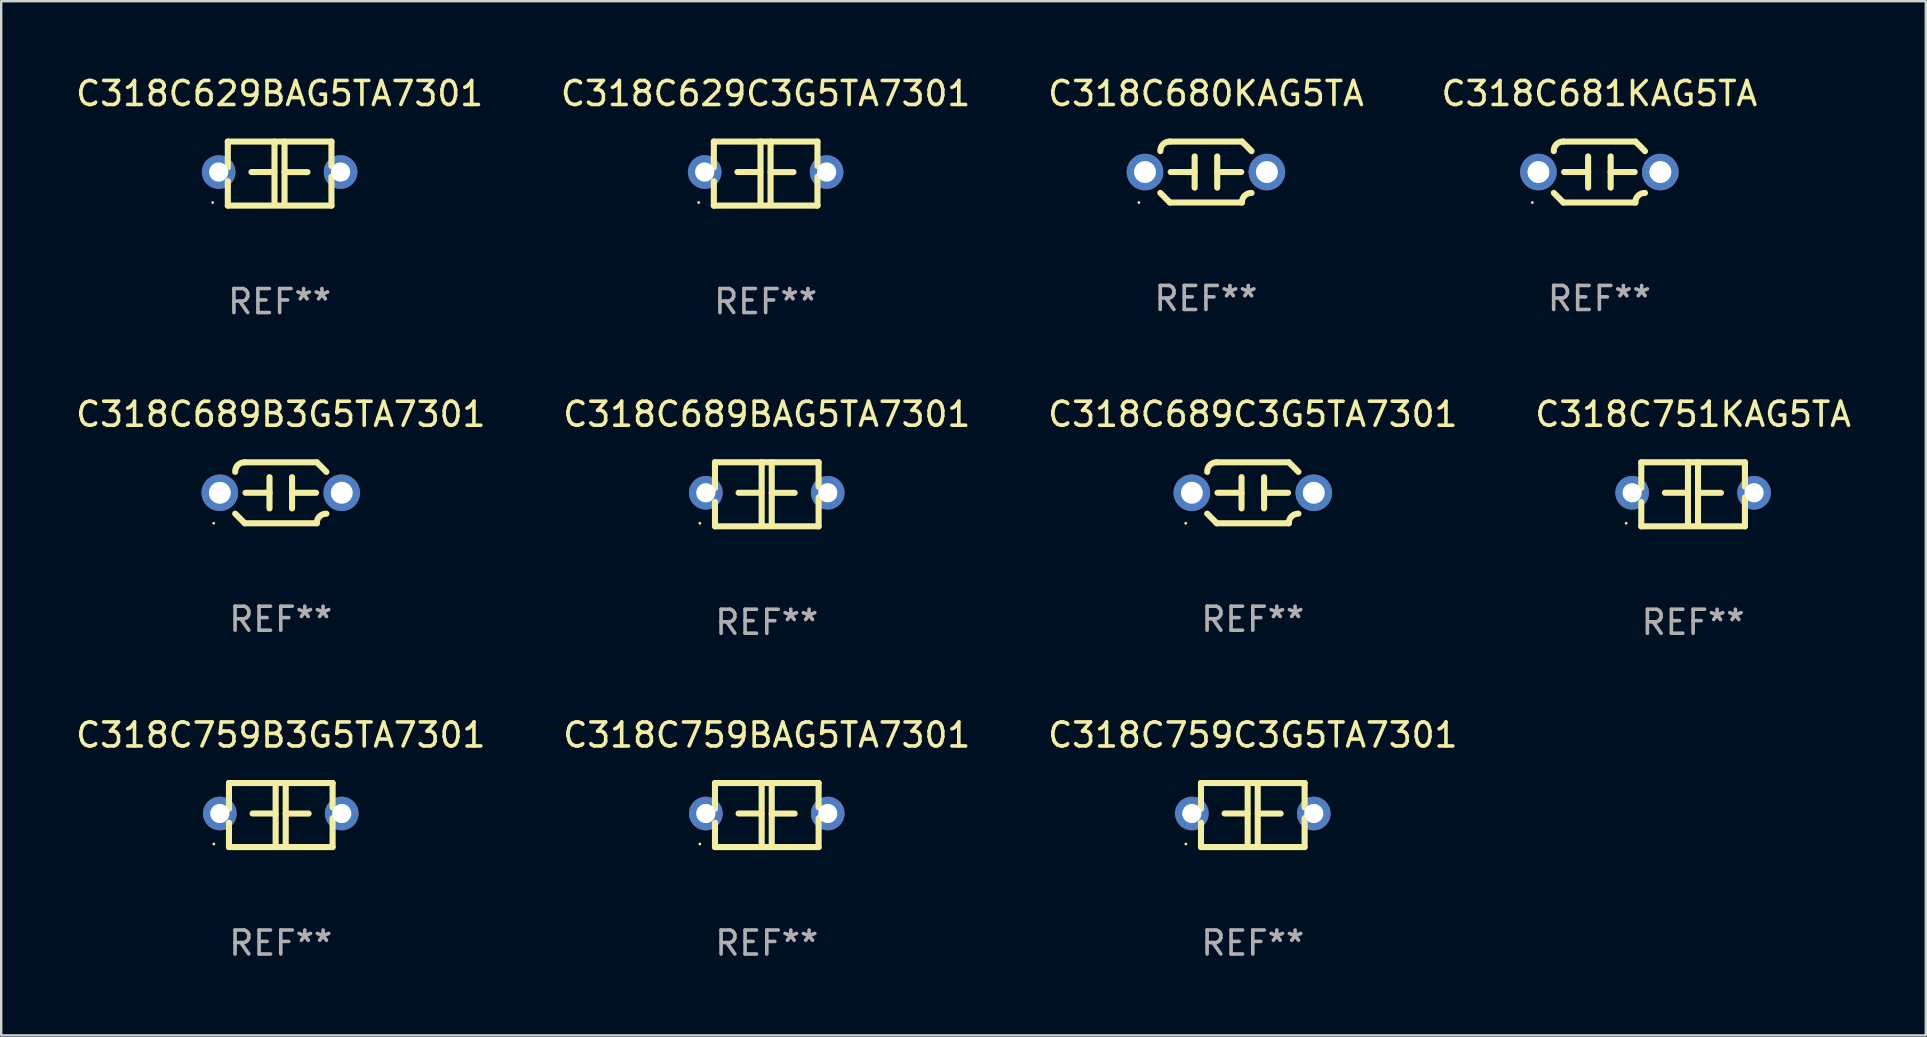
<source format=kicad_pcb>
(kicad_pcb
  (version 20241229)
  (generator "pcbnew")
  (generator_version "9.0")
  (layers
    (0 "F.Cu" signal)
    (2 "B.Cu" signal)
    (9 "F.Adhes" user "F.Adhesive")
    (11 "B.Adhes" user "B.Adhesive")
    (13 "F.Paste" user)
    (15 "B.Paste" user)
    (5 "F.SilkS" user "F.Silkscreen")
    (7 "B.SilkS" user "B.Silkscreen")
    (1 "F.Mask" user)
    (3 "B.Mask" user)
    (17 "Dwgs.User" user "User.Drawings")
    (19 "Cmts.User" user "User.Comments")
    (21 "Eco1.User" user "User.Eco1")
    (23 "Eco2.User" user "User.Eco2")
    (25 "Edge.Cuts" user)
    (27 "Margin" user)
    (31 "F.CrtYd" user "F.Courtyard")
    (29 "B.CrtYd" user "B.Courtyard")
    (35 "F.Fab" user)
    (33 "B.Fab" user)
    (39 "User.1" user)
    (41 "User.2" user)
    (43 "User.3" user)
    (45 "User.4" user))
  (footprint "C318C751KAG5TA"
    (layer "F.Cu")
    (at 67.494 17.545)
    (property "Reference" "C318C751KAG5TA" (at 0 -3.334 0) (layer "F.SilkS") (effects (font (size 1 1) (thickness 0.15))))
    (attr through_hole)
    (fp_line (start -2.159 -1.334) (end 2.159 -1.334) (stroke (width 0.254) (type solid)) (layer "F.SilkS"))
    (fp_line (start -2.159 -0.256) (end -2.159 -1.334) (stroke (width 0.254) (type solid)) (layer "F.SilkS"))
    (fp_line (start -2.159 1.334) (end -2.159 0.318) (stroke (width 0.254) (type solid)) (layer "F.SilkS"))
    (fp_line (start -0.22 -0.064) (end -1.175 -0.064) (stroke (width 0.254) (type solid)) (layer "F.SilkS"))
    (fp_line (start -0.214 -1.334) (end -0.214 1.207) (stroke (width 0.254) (type solid)) (layer "F.SilkS"))
    (fp_line (start 0.205 -1.334) (end 0.205 1.207) (stroke (width 0.254) (type solid)) (layer "F.SilkS"))
    (fp_line (start 0.205 -0.061) (end 1.16 -0.061) (stroke (width 0.254) (type solid)) (layer "F.SilkS"))
    (fp_line (start 2.159 -1.334) (end 2.159 -0.318) (stroke (width 0.254) (type solid)) (layer "F.SilkS"))
    (fp_line (start 2.159 0.129) (end 2.159 1.334) (stroke (width 0.254) (type solid)) (layer "F.SilkS"))
    (fp_line (start 2.159 1.334) (end -2.159 1.334) (stroke (width 0.254) (type solid)) (layer "F.SilkS"))
    (fp_circle (center -2.79 1.207) (end -2.76 1.207) (stroke (width 0.06) (type solid)) (fill no) (layer "F.SilkS"))
    (fp_text user "REF**" (at 0 5.334 0) (layer "F.Fab") (effects (font (size 1 1) (thickness 0.15))))
    (pad "1" thru_hole circle (at -2.54 -0.064) (size 1.4 1.4) (drill 0.8) (layers "*.Cu" "*.Mask"))
    (pad "2" thru_hole circle (at 2.54 -0.064) (size 1.4 1.4) (drill 0.8) (layers "*.Cu" "*.Mask")))
  (footprint "C318C689BAG5TA7301"
    (layer "F.Cu")
    (at 28.899 17.545)
    (property "Reference" "C318C689BAG5TA7301" (at 0 -3.334 0) (layer "F.SilkS") (effects (font (size 1 1) (thickness 0.15))))
    (attr through_hole)
    (fp_line (start -2.159 -1.334) (end 2.159 -1.334) (stroke (width 0.254) (type solid)) (layer "F.SilkS"))
    (fp_line (start -2.159 -0.256) (end -2.159 -1.334) (stroke (width 0.254) (type solid)) (layer "F.SilkS"))
    (fp_line (start -2.159 1.334) (end -2.159 0.318) (stroke (width 0.254) (type solid)) (layer "F.SilkS"))
    (fp_line (start -0.22 -0.064) (end -1.175 -0.064) (stroke (width 0.254) (type solid)) (layer "F.SilkS"))
    (fp_line (start -0.214 -1.334) (end -0.214 1.207) (stroke (width 0.254) (type solid)) (layer "F.SilkS"))
    (fp_line (start 0.205 -1.334) (end 0.205 1.207) (stroke (width 0.254) (type solid)) (layer "F.SilkS"))
    (fp_line (start 0.205 -0.061) (end 1.16 -0.061) (stroke (width 0.254) (type solid)) (layer "F.SilkS"))
    (fp_line (start 2.159 -1.334) (end 2.159 -0.318) (stroke (width 0.254) (type solid)) (layer "F.SilkS"))
    (fp_line (start 2.159 0.129) (end 2.159 1.334) (stroke (width 0.254) (type solid)) (layer "F.SilkS"))
    (fp_line (start 2.159 1.334) (end -2.159 1.334) (stroke (width 0.254) (type solid)) (layer "F.SilkS"))
    (fp_circle (center -2.79 1.207) (end -2.76 1.207) (stroke (width 0.06) (type solid)) (fill no) (layer "F.SilkS"))
    (fp_text user "REF**" (at 0 5.334 0) (layer "F.Fab") (effects (font (size 1 1) (thickness 0.15))))
    (pad "1" thru_hole circle (at -2.54 -0.064) (size 1.4 1.4) (drill 0.8) (layers "*.Cu" "*.Mask"))
    (pad "2" thru_hole circle (at 2.54 -0.064) (size 1.4 1.4) (drill 0.8) (layers "*.Cu" "*.Mask")))
  (footprint "C318C629BAG5TA7301"
    (layer "F.Cu")
    (at 8.601 4.182)
    (property "Reference" "C318C629BAG5TA7301" (at 0 -3.334 0) (layer "F.SilkS") (effects (font (size 1 1) (thickness 0.15))))
    (attr through_hole)
    (fp_line (start -2.159 -1.334) (end 2.159 -1.334) (stroke (width 0.254) (type solid)) (layer "F.SilkS"))
    (fp_line (start -2.159 -0.256) (end -2.159 -1.334) (stroke (width 0.254) (type solid)) (layer "F.SilkS"))
    (fp_line (start -2.159 1.334) (end -2.159 0.318) (stroke (width 0.254) (type solid)) (layer "F.SilkS"))
    (fp_line (start -0.22 -0.064) (end -1.175 -0.064) (stroke (width 0.254) (type solid)) (layer "F.SilkS"))
    (fp_line (start -0.214 -1.334) (end -0.214 1.207) (stroke (width 0.254) (type solid)) (layer "F.SilkS"))
    (fp_line (start 0.205 -1.334) (end 0.205 1.207) (stroke (width 0.254) (type solid)) (layer "F.SilkS"))
    (fp_line (start 0.205 -0.061) (end 1.16 -0.061) (stroke (width 0.254) (type solid)) (layer "F.SilkS"))
    (fp_line (start 2.159 -1.334) (end 2.159 -0.318) (stroke (width 0.254) (type solid)) (layer "F.SilkS"))
    (fp_line (start 2.159 0.129) (end 2.159 1.334) (stroke (width 0.254) (type solid)) (layer "F.SilkS"))
    (fp_line (start 2.159 1.334) (end -2.159 1.334) (stroke (width 0.254) (type solid)) (layer "F.SilkS"))
    (fp_circle (center -2.79 1.207) (end -2.76 1.207) (stroke (width 0.06) (type solid)) (fill no) (layer "F.SilkS"))
    (fp_text user "REF**" (at 0 5.334 0) (layer "F.Fab") (effects (font (size 1 1) (thickness 0.15))))
    (pad "1" thru_hole circle (at -2.54 -0.064) (size 1.4 1.4) (drill 0.8) (layers "*.Cu" "*.Mask"))
    (pad "2" thru_hole circle (at 2.54 -0.064) (size 1.4 1.4) (drill 0.8) (layers "*.Cu" "*.Mask")))
  (footprint "C318C629C3G5TA7301"
    (layer "F.Cu")
    (at 28.851 4.182)
    (property "Reference" "C318C629C3G5TA7301" (at 0 -3.334 0) (layer "F.SilkS") (effects (font (size 1 1) (thickness 0.15))))
    (attr through_hole)
    (fp_line (start -2.159 -1.334) (end 2.159 -1.334) (stroke (width 0.254) (type solid)) (layer "F.SilkS"))
    (fp_line (start -2.159 -0.256) (end -2.159 -1.334) (stroke (width 0.254) (type solid)) (layer "F.SilkS"))
    (fp_line (start -2.159 1.334) (end -2.159 0.318) (stroke (width 0.254) (type solid)) (layer "F.SilkS"))
    (fp_line (start -0.22 -0.064) (end -1.175 -0.064) (stroke (width 0.254) (type solid)) (layer "F.SilkS"))
    (fp_line (start -0.214 -1.334) (end -0.214 1.207) (stroke (width 0.254) (type solid)) (layer "F.SilkS"))
    (fp_line (start 0.205 -1.334) (end 0.205 1.207) (stroke (width 0.254) (type solid)) (layer "F.SilkS"))
    (fp_line (start 0.205 -0.061) (end 1.16 -0.061) (stroke (width 0.254) (type solid)) (layer "F.SilkS"))
    (fp_line (start 2.159 -1.334) (end 2.159 -0.318) (stroke (width 0.254) (type solid)) (layer "F.SilkS"))
    (fp_line (start 2.159 0.129) (end 2.159 1.334) (stroke (width 0.254) (type solid)) (layer "F.SilkS"))
    (fp_line (start 2.159 1.334) (end -2.159 1.334) (stroke (width 0.254) (type solid)) (layer "F.SilkS"))
    (fp_circle (center -2.79 1.207) (end -2.76 1.207) (stroke (width 0.06) (type solid)) (fill no) (layer "F.SilkS"))
    (fp_text user "REF**" (at 0 5.334 0) (layer "F.Fab") (effects (font (size 1 1) (thickness 0.15))))
    (pad "1" thru_hole circle (at -2.54 -0.064) (size 1.4 1.4) (drill 0.8) (layers "*.Cu" "*.Mask"))
    (pad "2" thru_hole circle (at 2.54 -0.064) (size 1.4 1.4) (drill 0.8) (layers "*.Cu" "*.Mask")))
  (footprint "C318C689B3G5TA7301"
    (layer "F.Cu")
    (at 8.649 17.482)
    (property "Reference" "C318C689B3G5TA7301" (at 0 -3.27 0) (layer "F.SilkS") (effects (font (size 1 1) (thickness 0.15))))
    (attr through_hole)
    (fp_line (start -1.5 -1.27) (end 1.5 -1.27) (stroke (width 0.254) (type solid)) (layer "F.SilkS"))
    (fp_line (start -0.47 -0.65) (end -0.47 0.65) (stroke (width 0.254) (type solid)) (layer "F.SilkS"))
    (fp_line (start -0.47 -0.000381) (end -1.47 -0.000381) (stroke (width 0.254) (type solid)) (layer "F.SilkS"))
    (fp_line (start 0.47 0.000356) (end 1.47 0.000356) (stroke (width 0.254) (type solid)) (layer "F.SilkS"))
    (fp_line (start 0.47 0.65) (end 0.47 -0.65) (stroke (width 0.254) (type solid)) (layer "F.SilkS"))
    (fp_line (start 1.5 1.27) (end -1.5 1.27) (stroke (width 0.254) (type solid)) (layer "F.SilkS"))
    (fp_arc (start -1.899924 -0.871221) (mid -1.78599 -1.156887) (end -1.5 -1.270003) (stroke (width 0.254001) (type solid)) (layer "F.SilkS"))
    (fp_arc (start -1.501217 1.269929) (mid -1.700682 1.070039) (end -1.9 0.870003) (stroke (width 0.254001) (type solid)) (layer "F.SilkS"))
    (fp_arc (start 1.5 1.270003) (mid 1.614112 0.984517) (end 1.899923 0.871222) (stroke (width 0.254001) (type solid)) (layer "F.SilkS"))
    (fp_arc (start 1.501219 -1.269927) (mid 1.70319 -1.072538) (end 1.9 -0.870003) (stroke (width 0.254001) (type solid)) (layer "F.SilkS"))
    (fp_circle (center -2.795 1.27) (end -2.765 1.27) (stroke (width 0.06) (type solid)) (fill no) (layer "F.SilkS"))
    (fp_text user "REF**" (at 0 5.27 0) (layer "F.Fab") (effects (font (size 1 1) (thickness 0.15))))
    (pad "1" thru_hole circle (at -2.54 0) (size 1.524 1.524) (drill 0.914) (layers "*.Cu" "*.Mask"))
    (pad "2" thru_hole circle (at 2.54 0) (size 1.524 1.524) (drill 0.914) (layers "*.Cu" "*.Mask")))
  (footprint "C318C680KAG5TA"
    (layer "F.Cu")
    (at 47.196 4.118)
    (property "Reference" "C318C680KAG5TA" (at 0 -3.27 0) (layer "F.SilkS") (effects (font (size 1 1) (thickness 0.15))))
    (attr through_hole)
    (fp_line (start -1.5 -1.27) (end 1.5 -1.27) (stroke (width 0.254) (type solid)) (layer "F.SilkS"))
    (fp_line (start -0.47 -0.65) (end -0.47 0.65) (stroke (width 0.254) (type solid)) (layer "F.SilkS"))
    (fp_line (start -0.47 -0.000381) (end -1.47 -0.000381) (stroke (width 0.254) (type solid)) (layer "F.SilkS"))
    (fp_line (start 0.47 0.000356) (end 1.47 0.000356) (stroke (width 0.254) (type solid)) (layer "F.SilkS"))
    (fp_line (start 0.47 0.65) (end 0.47 -0.65) (stroke (width 0.254) (type solid)) (layer "F.SilkS"))
    (fp_line (start 1.5 1.27) (end -1.5 1.27) (stroke (width 0.254) (type solid)) (layer "F.SilkS"))
    (fp_arc (start -1.899924 -0.871221) (mid -1.78599 -1.156887) (end -1.5 -1.270003) (stroke (width 0.254001) (type solid)) (layer "F.SilkS"))
    (fp_arc (start -1.501217 1.269929) (mid -1.700682 1.070039) (end -1.9 0.870003) (stroke (width 0.254001) (type solid)) (layer "F.SilkS"))
    (fp_arc (start 1.5 1.270003) (mid 1.614112 0.984517) (end 1.899923 0.871222) (stroke (width 0.254001) (type solid)) (layer "F.SilkS"))
    (fp_arc (start 1.501219 -1.269927) (mid 1.70319 -1.072538) (end 1.9 -0.870003) (stroke (width 0.254001) (type solid)) (layer "F.SilkS"))
    (fp_circle (center -2.795 1.27) (end -2.765 1.27) (stroke (width 0.06) (type solid)) (fill no) (layer "F.SilkS"))
    (fp_text user "REF**" (at 0 5.27 0) (layer "F.Fab") (effects (font (size 1 1) (thickness 0.15))))
    (pad "1" thru_hole circle (at -2.54 0) (size 1.524 1.524) (drill 0.914) (layers "*.Cu" "*.Mask"))
    (pad "2" thru_hole circle (at 2.54 0) (size 1.524 1.524) (drill 0.914) (layers "*.Cu" "*.Mask")))
  (footprint "C318C759C3G5TA7301"
    (layer "F.Cu")
    (at 49.149 30.909)
    (property "Reference" "C318C759C3G5TA7301" (at 0 -3.334 0) (layer "F.SilkS") (effects (font (size 1 1) (thickness 0.15))))
    (attr through_hole)
    (fp_line (start -2.159 -1.334) (end 2.159 -1.334) (stroke (width 0.254) (type solid)) (layer "F.SilkS"))
    (fp_line (start -2.159 -0.256) (end -2.159 -1.334) (stroke (width 0.254) (type solid)) (layer "F.SilkS"))
    (fp_line (start -2.159 1.334) (end -2.159 0.318) (stroke (width 0.254) (type solid)) (layer "F.SilkS"))
    (fp_line (start -0.22 -0.064) (end -1.175 -0.064) (stroke (width 0.254) (type solid)) (layer "F.SilkS"))
    (fp_line (start -0.214 -1.334) (end -0.214 1.207) (stroke (width 0.254) (type solid)) (layer "F.SilkS"))
    (fp_line (start 0.205 -1.334) (end 0.205 1.207) (stroke (width 0.254) (type solid)) (layer "F.SilkS"))
    (fp_line (start 0.205 -0.061) (end 1.16 -0.061) (stroke (width 0.254) (type solid)) (layer "F.SilkS"))
    (fp_line (start 2.159 -1.334) (end 2.159 -0.318) (stroke (width 0.254) (type solid)) (layer "F.SilkS"))
    (fp_line (start 2.159 0.129) (end 2.159 1.334) (stroke (width 0.254) (type solid)) (layer "F.SilkS"))
    (fp_line (start 2.159 1.334) (end -2.159 1.334) (stroke (width 0.254) (type solid)) (layer "F.SilkS"))
    (fp_circle (center -2.79 1.207) (end -2.76 1.207) (stroke (width 0.06) (type solid)) (fill no) (layer "F.SilkS"))
    (fp_text user "REF**" (at 0 5.334 0) (layer "F.Fab") (effects (font (size 1 1) (thickness 0.15))))
    (pad "1" thru_hole circle (at -2.54 -0.064) (size 1.4 1.4) (drill 0.8) (layers "*.Cu" "*.Mask"))
    (pad "2" thru_hole circle (at 2.54 -0.064) (size 1.4 1.4) (drill 0.8) (layers "*.Cu" "*.Mask")))
  (footprint "C318C681KAG5TA"
    (layer "F.Cu")
    (at 63.589 4.118)
    (property "Reference" "C318C681KAG5TA" (at 0 -3.27 0) (layer "F.SilkS") (effects (font (size 1 1) (thickness 0.15))))
    (attr through_hole)
    (fp_line (start -1.5 -1.27) (end 1.5 -1.27) (stroke (width 0.254) (type solid)) (layer "F.SilkS"))
    (fp_line (start -0.47 -0.65) (end -0.47 0.65) (stroke (width 0.254) (type solid)) (layer "F.SilkS"))
    (fp_line (start -0.47 -0.000381) (end -1.47 -0.000381) (stroke (width 0.254) (type solid)) (layer "F.SilkS"))
    (fp_line (start 0.47 0.000356) (end 1.47 0.000356) (stroke (width 0.254) (type solid)) (layer "F.SilkS"))
    (fp_line (start 0.47 0.65) (end 0.47 -0.65) (stroke (width 0.254) (type solid)) (layer "F.SilkS"))
    (fp_line (start 1.5 1.27) (end -1.5 1.27) (stroke (width 0.254) (type solid)) (layer "F.SilkS"))
    (fp_arc (start -1.899924 -0.871221) (mid -1.78599 -1.156887) (end -1.5 -1.270003) (stroke (width 0.254001) (type solid)) (layer "F.SilkS"))
    (fp_arc (start -1.501217 1.269929) (mid -1.700682 1.070039) (end -1.9 0.870003) (stroke (width 0.254001) (type solid)) (layer "F.SilkS"))
    (fp_arc (start 1.5 1.270003) (mid 1.614112 0.984517) (end 1.899923 0.871222) (stroke (width 0.254001) (type solid)) (layer "F.SilkS"))
    (fp_arc (start 1.501219 -1.269927) (mid 1.70319 -1.072538) (end 1.9 -0.870003) (stroke (width 0.254001) (type solid)) (layer "F.SilkS"))
    (fp_circle (center -2.795 1.27) (end -2.765 1.27) (stroke (width 0.06) (type solid)) (fill no) (layer "F.SilkS"))
    (fp_text user "REF**" (at 0 5.27 0) (layer "F.Fab") (effects (font (size 1 1) (thickness 0.15))))
    (pad "1" thru_hole circle (at -2.54 0) (size 1.524 1.524) (drill 0.914) (layers "*.Cu" "*.Mask"))
    (pad "2" thru_hole circle (at 2.54 0) (size 1.524 1.524) (drill 0.914) (layers "*.Cu" "*.Mask")))
  (footprint "C318C759BAG5TA7301"
    (layer "F.Cu")
    (at 28.899 30.909)
    (property "Reference" "C318C759BAG5TA7301" (at 0 -3.334 0) (layer "F.SilkS") (effects (font (size 1 1) (thickness 0.15))))
    (attr through_hole)
    (fp_line (start -2.159 -1.334) (end 2.159 -1.334) (stroke (width 0.254) (type solid)) (layer "F.SilkS"))
    (fp_line (start -2.159 -0.256) (end -2.159 -1.334) (stroke (width 0.254) (type solid)) (layer "F.SilkS"))
    (fp_line (start -2.159 1.334) (end -2.159 0.318) (stroke (width 0.254) (type solid)) (layer "F.SilkS"))
    (fp_line (start -0.22 -0.064) (end -1.175 -0.064) (stroke (width 0.254) (type solid)) (layer "F.SilkS"))
    (fp_line (start -0.214 -1.334) (end -0.214 1.207) (stroke (width 0.254) (type solid)) (layer "F.SilkS"))
    (fp_line (start 0.205 -1.334) (end 0.205 1.207) (stroke (width 0.254) (type solid)) (layer "F.SilkS"))
    (fp_line (start 0.205 -0.061) (end 1.16 -0.061) (stroke (width 0.254) (type solid)) (layer "F.SilkS"))
    (fp_line (start 2.159 -1.334) (end 2.159 -0.318) (stroke (width 0.254) (type solid)) (layer "F.SilkS"))
    (fp_line (start 2.159 0.129) (end 2.159 1.334) (stroke (width 0.254) (type solid)) (layer "F.SilkS"))
    (fp_line (start 2.159 1.334) (end -2.159 1.334) (stroke (width 0.254) (type solid)) (layer "F.SilkS"))
    (fp_circle (center -2.79 1.207) (end -2.76 1.207) (stroke (width 0.06) (type solid)) (fill no) (layer "F.SilkS"))
    (fp_text user "REF**" (at 0 5.334 0) (layer "F.Fab") (effects (font (size 1 1) (thickness 0.15))))
    (pad "1" thru_hole circle (at -2.54 -0.064) (size 1.4 1.4) (drill 0.8) (layers "*.Cu" "*.Mask"))
    (pad "2" thru_hole circle (at 2.54 -0.064) (size 1.4 1.4) (drill 0.8) (layers "*.Cu" "*.Mask")))
  (footprint "C318C759B3G5TA7301"
    (layer "F.Cu")
    (at 8.649 30.909)
    (property "Reference" "C318C759B3G5TA7301" (at 0 -3.334 0) (layer "F.SilkS") (effects (font (size 1 1) (thickness 0.15))))
    (attr through_hole)
    (fp_line (start -2.159 -1.334) (end 2.159 -1.334) (stroke (width 0.254) (type solid)) (layer "F.SilkS"))
    (fp_line (start -2.159 -0.256) (end -2.159 -1.334) (stroke (width 0.254) (type solid)) (layer "F.SilkS"))
    (fp_line (start -2.159 1.334) (end -2.159 0.318) (stroke (width 0.254) (type solid)) (layer "F.SilkS"))
    (fp_line (start -0.22 -0.064) (end -1.175 -0.064) (stroke (width 0.254) (type solid)) (layer "F.SilkS"))
    (fp_line (start -0.214 -1.334) (end -0.214 1.207) (stroke (width 0.254) (type solid)) (layer "F.SilkS"))
    (fp_line (start 0.205 -1.334) (end 0.205 1.207) (stroke (width 0.254) (type solid)) (layer "F.SilkS"))
    (fp_line (start 0.205 -0.061) (end 1.16 -0.061) (stroke (width 0.254) (type solid)) (layer "F.SilkS"))
    (fp_line (start 2.159 -1.334) (end 2.159 -0.318) (stroke (width 0.254) (type solid)) (layer "F.SilkS"))
    (fp_line (start 2.159 0.129) (end 2.159 1.334) (stroke (width 0.254) (type solid)) (layer "F.SilkS"))
    (fp_line (start 2.159 1.334) (end -2.159 1.334) (stroke (width 0.254) (type solid)) (layer "F.SilkS"))
    (fp_circle (center -2.79 1.207) (end -2.76 1.207) (stroke (width 0.06) (type solid)) (fill no) (layer "F.SilkS"))
    (fp_text user "REF**" (at 0 5.334 0) (layer "F.Fab") (effects (font (size 1 1) (thickness 0.15))))
    (pad "1" thru_hole circle (at -2.54 -0.064) (size 1.4 1.4) (drill 0.8) (layers "*.Cu" "*.Mask"))
    (pad "2" thru_hole circle (at 2.54 -0.064) (size 1.4 1.4) (drill 0.8) (layers "*.Cu" "*.Mask")))
  (footprint "C318C689C3G5TA7301"
    (layer "F.Cu")
    (at 49.149 17.482)
    (property "Reference" "C318C689C3G5TA7301" (at 0 -3.27 0) (layer "F.SilkS") (effects (font (size 1 1) (thickness 0.15))))
    (attr through_hole)
    (fp_line (start -1.5 -1.27) (end 1.5 -1.27) (stroke (width 0.254) (type solid)) (layer "F.SilkS"))
    (fp_line (start -0.47 -0.65) (end -0.47 0.65) (stroke (width 0.254) (type solid)) (layer "F.SilkS"))
    (fp_line (start -0.47 -0.000381) (end -1.47 -0.000381) (stroke (width 0.254) (type solid)) (layer "F.SilkS"))
    (fp_line (start 0.47 0.000356) (end 1.47 0.000356) (stroke (width 0.254) (type solid)) (layer "F.SilkS"))
    (fp_line (start 0.47 0.65) (end 0.47 -0.65) (stroke (width 0.254) (type solid)) (layer "F.SilkS"))
    (fp_line (start 1.5 1.27) (end -1.5 1.27) (stroke (width 0.254) (type solid)) (layer "F.SilkS"))
    (fp_arc (start -1.899924 -0.871221) (mid -1.78599 -1.156887) (end -1.5 -1.270003) (stroke (width 0.254001) (type solid)) (layer "F.SilkS"))
    (fp_arc (start -1.501217 1.269929) (mid -1.700682 1.070039) (end -1.9 0.870003) (stroke (width 0.254001) (type solid)) (layer "F.SilkS"))
    (fp_arc (start 1.5 1.270003) (mid 1.614112 0.984517) (end 1.899923 0.871222) (stroke (width 0.254001) (type solid)) (layer "F.SilkS"))
    (fp_arc (start 1.501219 -1.269927) (mid 1.70319 -1.072538) (end 1.9 -0.870003) (stroke (width 0.254001) (type solid)) (layer "F.SilkS"))
    (fp_circle (center -2.795 1.27) (end -2.765 1.27) (stroke (width 0.06) (type solid)) (fill no) (layer "F.SilkS"))
    (fp_text user "REF**" (at 0 5.27 0) (layer "F.Fab") (effects (font (size 1 1) (thickness 0.15))))
    (pad "1" thru_hole circle (at -2.54 0) (size 1.524 1.524) (drill 0.914) (layers "*.Cu" "*.Mask"))
    (pad "2" thru_hole circle (at 2.54 0) (size 1.524 1.524) (drill 0.914) (layers "*.Cu" "*.Mask")))
  (gr_rect
    (start -3 -3)
    (end 77.19 40.091)
    (stroke (width 0.1) (type default))
    (fill no)
    (layer "Edge.Cuts")))
</source>
